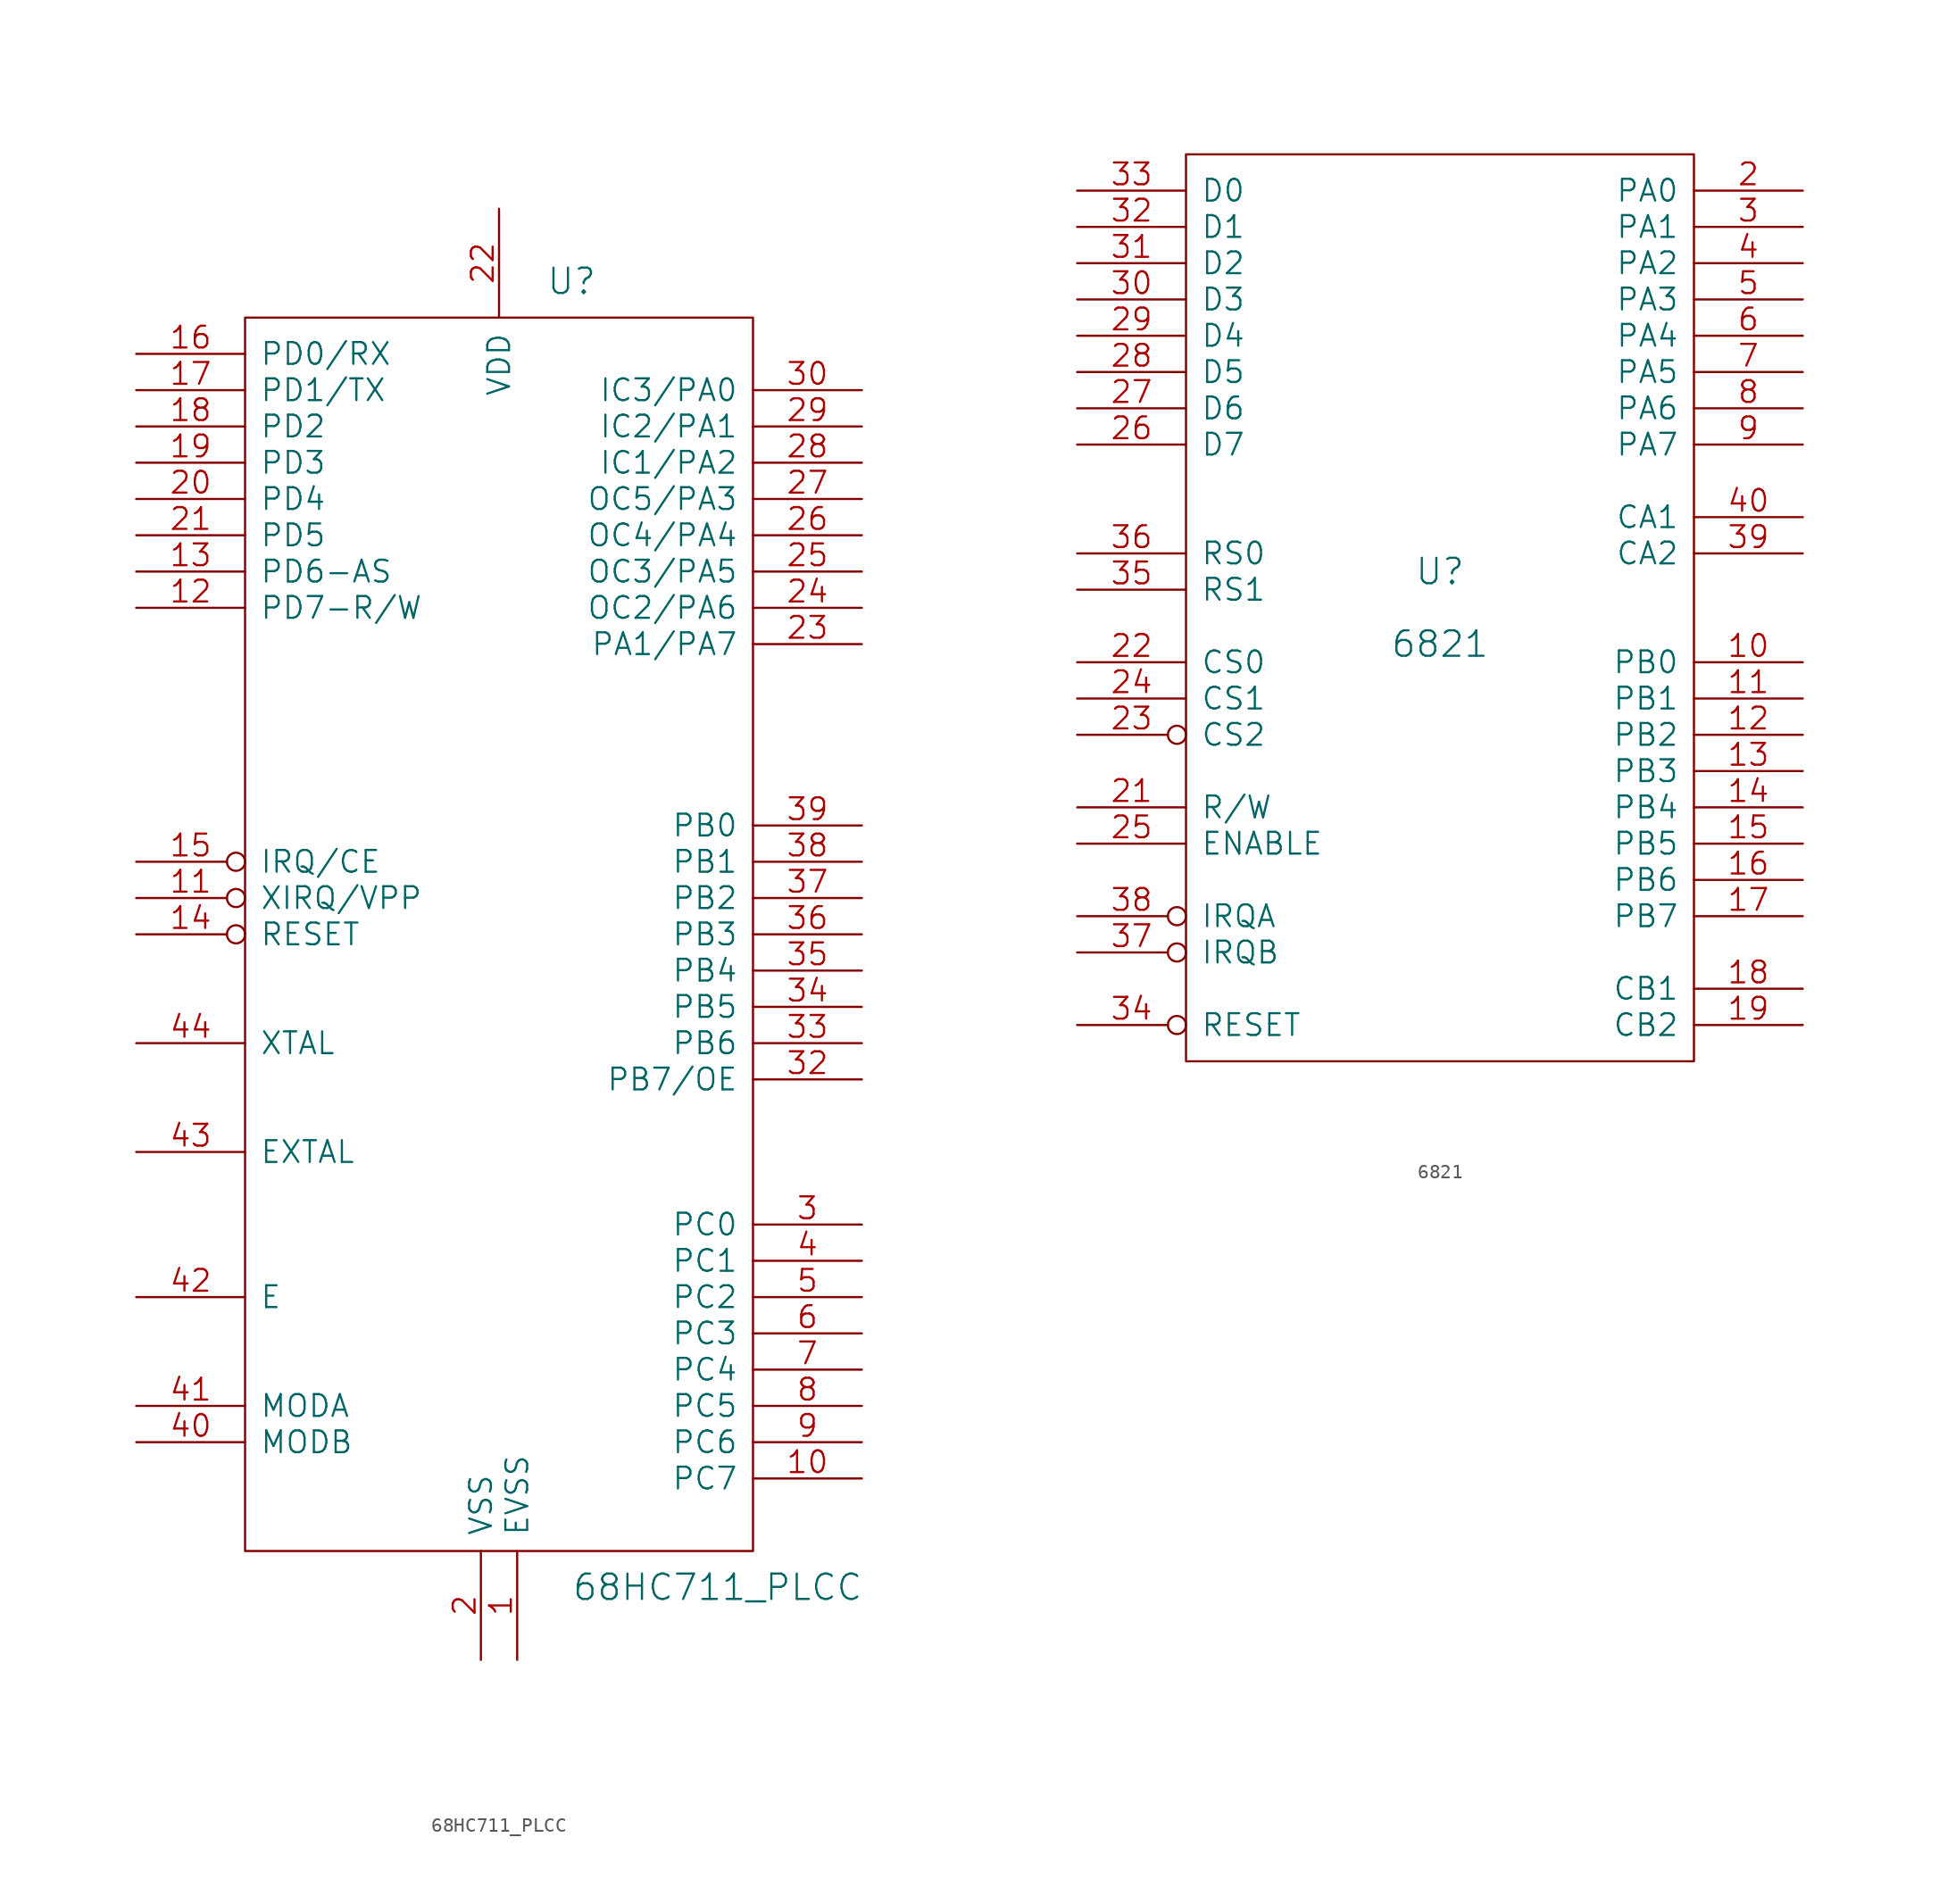
<source format=kicad_sym>
(kicad_symbol_lib
  (version 20211014)
  (generator kicad_symbol_editor)
  (symbol "68HC711_PLCC"
    (pin_names
      (offset 1.016))
    (property "Reference" "U"
      (at 5.08 45.72 0)
      (effects (font (size 1.778 1.778))))
    (property "Value" "68HC711_PLCC"
      (at 5.08 -45.72 0)
      (effects (font (size 1.778 1.778)) (justify left)))
    (property "Footprint" ""
      (at 0 0 0)
      (effects (font (size 1.524 1.524))))
    (property "Datasheet" ""
      (at 0 0 0)
      (effects (font (size 1.524 1.524))))
    (symbol "68HC711_PLCC_0_1"
      (rectangle (start -17.78 -43.18) (end 17.78 43.18) (stroke (width 0) (type default) (color 0 0 0 0)) (fill (type none))))
    (symbol "68HC711_PLCC_1_1"
      (pin power_in line (at 1.27 -50.8 90) (length 7.62) (name "EVSS" (effects (font (size 1.524 1.524)))) (number "1" (effects (font (size 1.524 1.524)))))
      (pin input line (at 25.4 -38.1 180) (length 7.62) (name "PC7" (effects (font (size 1.524 1.524)))) (number "10" (effects (font (size 1.524 1.524)))))
      (pin input inverted (at -25.4 2.54 0) (length 7.62) (name "XIRQ/VPP" (effects (font (size 1.524 1.524)))) (number "11" (effects (font (size 1.524 1.524)))))
      (pin output line (at -25.4 22.86 0) (length 7.62) (name "PD7-R/W" (effects (font (size 1.524 1.524)))) (number "12" (effects (font (size 1.524 1.524)))))
      (pin input line (at -25.4 25.4 0) (length 7.62) (name "PD6-AS" (effects (font (size 1.524 1.524)))) (number "13" (effects (font (size 1.524 1.524)))))
      (pin input inverted (at -25.4 0 0) (length 7.62) (name "RESET" (effects (font (size 1.524 1.524)))) (number "14" (effects (font (size 1.524 1.524)))))
      (pin input inverted (at -25.4 5.08 0) (length 7.62) (name "IRQ/CE" (effects (font (size 1.524 1.524)))) (number "15" (effects (font (size 1.524 1.524)))))
      (pin input line (at -25.4 40.64 0) (length 7.62) (name "PD0/RX" (effects (font (size 1.524 1.524)))) (number "16" (effects (font (size 1.524 1.524)))))
      (pin input line (at -25.4 38.1 0) (length 7.62) (name "PD1/TX" (effects (font (size 1.524 1.524)))) (number "17" (effects (font (size 1.524 1.524)))))
      (pin input line (at -25.4 35.56 0) (length 7.62) (name "PD2" (effects (font (size 1.524 1.524)))) (number "18" (effects (font (size 1.524 1.524)))))
      (pin input line (at -25.4 33.02 0) (length 7.62) (name "PD3" (effects (font (size 1.524 1.524)))) (number "19" (effects (font (size 1.524 1.524)))))
      (pin power_in line (at -1.27 -50.8 90) (length 7.62) (name "VSS" (effects (font (size 1.524 1.524)))) (number "2" (effects (font (size 1.524 1.524)))))
      (pin input line (at -25.4 30.48 0) (length 7.62) (name "PD4" (effects (font (size 1.524 1.524)))) (number "20" (effects (font (size 1.524 1.524)))))
      (pin input line (at -25.4 27.94 0) (length 7.62) (name "PD5" (effects (font (size 1.524 1.524)))) (number "21" (effects (font (size 1.524 1.524)))))
      (pin power_in line (at 0 50.8 270) (length 7.62) (name "VDD" (effects (font (size 1.524 1.524)))) (number "22" (effects (font (size 1.524 1.524)))))
      (pin input line (at 25.4 20.32 180) (length 7.62) (name "PA1/PA7" (effects (font (size 1.524 1.524)))) (number "23" (effects (font (size 1.524 1.524)))))
      (pin output line (at 25.4 22.86 180) (length 7.62) (name "OC2/PA6" (effects (font (size 1.524 1.524)))) (number "24" (effects (font (size 1.524 1.524)))))
      (pin output line (at 25.4 25.4 180) (length 7.62) (name "OC3/PA5" (effects (font (size 1.524 1.524)))) (number "25" (effects (font (size 1.524 1.524)))))
      (pin output line (at 25.4 27.94 180) (length 7.62) (name "OC4/PA4" (effects (font (size 1.524 1.524)))) (number "26" (effects (font (size 1.524 1.524)))))
      (pin output line (at 25.4 30.48 180) (length 7.62) (name "OC5/PA3" (effects (font (size 1.524 1.524)))) (number "27" (effects (font (size 1.524 1.524)))))
      (pin input line (at 25.4 33.02 180) (length 7.62) (name "IC1/PA2" (effects (font (size 1.524 1.524)))) (number "28" (effects (font (size 1.524 1.524)))))
      (pin input line (at 25.4 35.56 180) (length 7.62) (name "IC2/PA1" (effects (font (size 1.524 1.524)))) (number "29" (effects (font (size 1.524 1.524)))))
      (pin input line (at 25.4 -20.32 180) (length 7.62) (name "PC0" (effects (font (size 1.524 1.524)))) (number "3" (effects (font (size 1.524 1.524)))))
      (pin input line (at 25.4 38.1 180) (length 7.62) (name "IC3/PA0" (effects (font (size 1.524 1.524)))) (number "30" (effects (font (size 1.524 1.524)))))
      (pin output line (at 25.4 -10.16 180) (length 7.62) (name "PB7/OE" (effects (font (size 1.524 1.524)))) (number "32" (effects (font (size 1.524 1.524)))))
      (pin output line (at 25.4 -7.62 180) (length 7.62) (name "PB6" (effects (font (size 1.524 1.524)))) (number "33" (effects (font (size 1.524 1.524)))))
      (pin output line (at 25.4 -5.08 180) (length 7.62) (name "PB5" (effects (font (size 1.524 1.524)))) (number "34" (effects (font (size 1.524 1.524)))))
      (pin output line (at 25.4 -2.54 180) (length 7.62) (name "PB4" (effects (font (size 1.524 1.524)))) (number "35" (effects (font (size 1.524 1.524)))))
      (pin output line (at 25.4 0 180) (length 7.62) (name "PB3" (effects (font (size 1.524 1.524)))) (number "36" (effects (font (size 1.524 1.524)))))
      (pin output line (at 25.4 2.54 180) (length 7.62) (name "PB2" (effects (font (size 1.524 1.524)))) (number "37" (effects (font (size 1.524 1.524)))))
      (pin output line (at 25.4 5.08 180) (length 7.62) (name "PB1" (effects (font (size 1.524 1.524)))) (number "38" (effects (font (size 1.524 1.524)))))
      (pin output line (at 25.4 7.62 180) (length 7.62) (name "PB0" (effects (font (size 1.524 1.524)))) (number "39" (effects (font (size 1.524 1.524)))))
      (pin input line (at 25.4 -22.86 180) (length 7.62) (name "PC1" (effects (font (size 1.524 1.524)))) (number "4" (effects (font (size 1.524 1.524)))))
      (pin input line (at -25.4 -35.56 0) (length 7.62) (name "MODB" (effects (font (size 1.524 1.524)))) (number "40" (effects (font (size 1.524 1.524)))))
      (pin input line (at -25.4 -33.02 0) (length 7.62) (name "MODA" (effects (font (size 1.524 1.524)))) (number "41" (effects (font (size 1.524 1.524)))))
      (pin output line (at -25.4 -25.4 0) (length 7.62) (name "E" (effects (font (size 1.524 1.524)))) (number "42" (effects (font (size 1.524 1.524)))))
      (pin input line (at -25.4 -15.24 0) (length 7.62) (name "EXTAL" (effects (font (size 1.524 1.524)))) (number "43" (effects (font (size 1.524 1.524)))))
      (pin output line (at -25.4 -7.62 0) (length 7.62) (name "XTAL" (effects (font (size 1.524 1.524)))) (number "44" (effects (font (size 1.524 1.524)))))
      (pin input line (at 25.4 -25.4 180) (length 7.62) (name "PC2" (effects (font (size 1.524 1.524)))) (number "5" (effects (font (size 1.524 1.524)))))
      (pin input line (at 25.4 -27.94 180) (length 7.62) (name "PC3" (effects (font (size 1.524 1.524)))) (number "6" (effects (font (size 1.524 1.524)))))
      (pin input line (at 25.4 -30.48 180) (length 7.62) (name "PC4" (effects (font (size 1.524 1.524)))) (number "7" (effects (font (size 1.524 1.524)))))
      (pin input line (at 25.4 -33.02 180) (length 7.62) (name "PC5" (effects (font (size 1.524 1.524)))) (number "8" (effects (font (size 1.524 1.524)))))
      (pin input line (at 25.4 -35.56 180) (length 7.62) (name "PC6" (effects (font (size 1.524 1.524)))) (number "9" (effects (font (size 1.524 1.524)))))))
  (symbol "6821"
    (pin_names
      (offset 1.016))
    (property "Reference" "U"
      (at 0 2.54 0)
      (effects (font (size 1.778 1.778))))
    (property "Value" "6821"
      (at 0 -2.54 0)
      (effects (font (size 1.778 1.778))))
    (property "Footprint" ""
      (at 0 0 0)
      (effects (font (size 1.524 1.524))))
    (property "Datasheet" ""
      (at 0 0 0)
      (effects (font (size 1.524 1.524))))
    (symbol "6821_0_1"
      (rectangle (start -17.78 -31.75) (end 17.78 31.75) (stroke (width 0) (type default) (color 0 0 0 0)) (fill (type none))))
    (symbol "6821_1_1"
      (pin power_in line (at -17.78 -31.75 90) (length 0) hide (name "VSS" (effects (font (size 1.524 1.524)))) (number "1" (effects (font (size 1.524 1.524)))))
      (pin input line (at 25.4 -3.81 180) (length 7.62) (name "PB0" (effects (font (size 1.524 1.524)))) (number "10" (effects (font (size 1.524 1.524)))))
      (pin input line (at 25.4 -6.35 180) (length 7.62) (name "PB1" (effects (font (size 1.524 1.524)))) (number "11" (effects (font (size 1.524 1.524)))))
      (pin input line (at 25.4 -8.89 180) (length 7.62) (name "PB2" (effects (font (size 1.524 1.524)))) (number "12" (effects (font (size 1.524 1.524)))))
      (pin input line (at 25.4 -11.43 180) (length 7.62) (name "PB3" (effects (font (size 1.524 1.524)))) (number "13" (effects (font (size 1.524 1.524)))))
      (pin input line (at 25.4 -13.97 180) (length 7.62) (name "PB4" (effects (font (size 1.524 1.524)))) (number "14" (effects (font (size 1.524 1.524)))))
      (pin input line (at 25.4 -16.51 180) (length 7.62) (name "PB5" (effects (font (size 1.524 1.524)))) (number "15" (effects (font (size 1.524 1.524)))))
      (pin input line (at 25.4 -19.05 180) (length 7.62) (name "PB6" (effects (font (size 1.524 1.524)))) (number "16" (effects (font (size 1.524 1.524)))))
      (pin input line (at 25.4 -21.59 180) (length 7.62) (name "PB7" (effects (font (size 1.524 1.524)))) (number "17" (effects (font (size 1.524 1.524)))))
      (pin input line (at 25.4 -26.67 180) (length 7.62) (name "CB1" (effects (font (size 1.524 1.524)))) (number "18" (effects (font (size 1.524 1.524)))))
      (pin input line (at 25.4 -29.21 180) (length 7.62) (name "CB2" (effects (font (size 1.524 1.524)))) (number "19" (effects (font (size 1.524 1.524)))))
      (pin input line (at 25.4 29.21 180) (length 7.62) (name "PA0" (effects (font (size 1.524 1.524)))) (number "2" (effects (font (size 1.524 1.524)))))
      (pin power_in line (at -17.78 31.75 90) (length 0) hide (name "VCC" (effects (font (size 1.524 1.524)))) (number "20" (effects (font (size 1.524 1.524)))))
      (pin input line (at -25.4 -13.97 0) (length 7.62) (name "R/W" (effects (font (size 1.524 1.524)))) (number "21" (effects (font (size 1.524 1.524)))))
      (pin input line (at -25.4 -3.81 0) (length 7.62) (name "CS0" (effects (font (size 1.524 1.524)))) (number "22" (effects (font (size 1.524 1.524)))))
      (pin input inverted (at -25.4 -8.89 0) (length 7.62) (name "CS2" (effects (font (size 1.524 1.524)))) (number "23" (effects (font (size 1.524 1.524)))))
      (pin input line (at -25.4 -6.35 0) (length 7.62) (name "CS1" (effects (font (size 1.524 1.524)))) (number "24" (effects (font (size 1.524 1.524)))))
      (pin input line (at -25.4 -16.51 0) (length 7.62) (name "ENABLE" (effects (font (size 1.524 1.524)))) (number "25" (effects (font (size 1.524 1.524)))))
      (pin input line (at -25.4 11.43 0) (length 7.62) (name "D7" (effects (font (size 1.524 1.524)))) (number "26" (effects (font (size 1.524 1.524)))))
      (pin input line (at -25.4 13.97 0) (length 7.62) (name "D6" (effects (font (size 1.524 1.524)))) (number "27" (effects (font (size 1.524 1.524)))))
      (pin input line (at -25.4 16.51 0) (length 7.62) (name "D5" (effects (font (size 1.524 1.524)))) (number "28" (effects (font (size 1.524 1.524)))))
      (pin input line (at -25.4 19.05 0) (length 7.62) (name "D4" (effects (font (size 1.524 1.524)))) (number "29" (effects (font (size 1.524 1.524)))))
      (pin input line (at 25.4 26.67 180) (length 7.62) (name "PA1" (effects (font (size 1.524 1.524)))) (number "3" (effects (font (size 1.524 1.524)))))
      (pin input line (at -25.4 21.59 0) (length 7.62) (name "D3" (effects (font (size 1.524 1.524)))) (number "30" (effects (font (size 1.524 1.524)))))
      (pin input line (at -25.4 24.13 0) (length 7.62) (name "D2" (effects (font (size 1.524 1.524)))) (number "31" (effects (font (size 1.524 1.524)))))
      (pin input line (at -25.4 26.67 0) (length 7.62) (name "D1" (effects (font (size 1.524 1.524)))) (number "32" (effects (font (size 1.524 1.524)))))
      (pin input line (at -25.4 29.21 0) (length 7.62) (name "D0" (effects (font (size 1.524 1.524)))) (number "33" (effects (font (size 1.524 1.524)))))
      (pin input inverted (at -25.4 -29.21 0) (length 7.62) (name "RESET" (effects (font (size 1.524 1.524)))) (number "34" (effects (font (size 1.524 1.524)))))
      (pin input line (at -25.4 1.27 0) (length 7.62) (name "RS1" (effects (font (size 1.524 1.524)))) (number "35" (effects (font (size 1.524 1.524)))))
      (pin input line (at -25.4 3.81 0) (length 7.62) (name "RS0" (effects (font (size 1.524 1.524)))) (number "36" (effects (font (size 1.524 1.524)))))
      (pin open_collector inverted (at -25.4 -24.13 0) (length 7.62) (name "IRQB" (effects (font (size 1.524 1.524)))) (number "37" (effects (font (size 1.524 1.524)))))
      (pin open_collector inverted (at -25.4 -21.59 0) (length 7.62) (name "IRQA" (effects (font (size 1.524 1.524)))) (number "38" (effects (font (size 1.524 1.524)))))
      (pin input line (at 25.4 3.81 180) (length 7.62) (name "CA2" (effects (font (size 1.524 1.524)))) (number "39" (effects (font (size 1.524 1.524)))))
      (pin input line (at 25.4 24.13 180) (length 7.62) (name "PA2" (effects (font (size 1.524 1.524)))) (number "4" (effects (font (size 1.524 1.524)))))
      (pin input line (at 25.4 6.35 180) (length 7.62) (name "CA1" (effects (font (size 1.524 1.524)))) (number "40" (effects (font (size 1.524 1.524)))))
      (pin input line (at 25.4 21.59 180) (length 7.62) (name "PA3" (effects (font (size 1.524 1.524)))) (number "5" (effects (font (size 1.524 1.524)))))
      (pin input line (at 25.4 19.05 180) (length 7.62) (name "PA4" (effects (font (size 1.524 1.524)))) (number "6" (effects (font (size 1.524 1.524)))))
      (pin input line (at 25.4 16.51 180) (length 7.62) (name "PA5" (effects (font (size 1.524 1.524)))) (number "7" (effects (font (size 1.524 1.524)))))
      (pin input line (at 25.4 13.97 180) (length 7.62) (name "PA6" (effects (font (size 1.524 1.524)))) (number "8" (effects (font (size 1.524 1.524)))))
      (pin input line (at 25.4 11.43 180) (length 7.62) (name "PA7" (effects (font (size 1.524 1.524)))) (number "9" (effects (font (size 1.524 1.524))))))))
</source>
